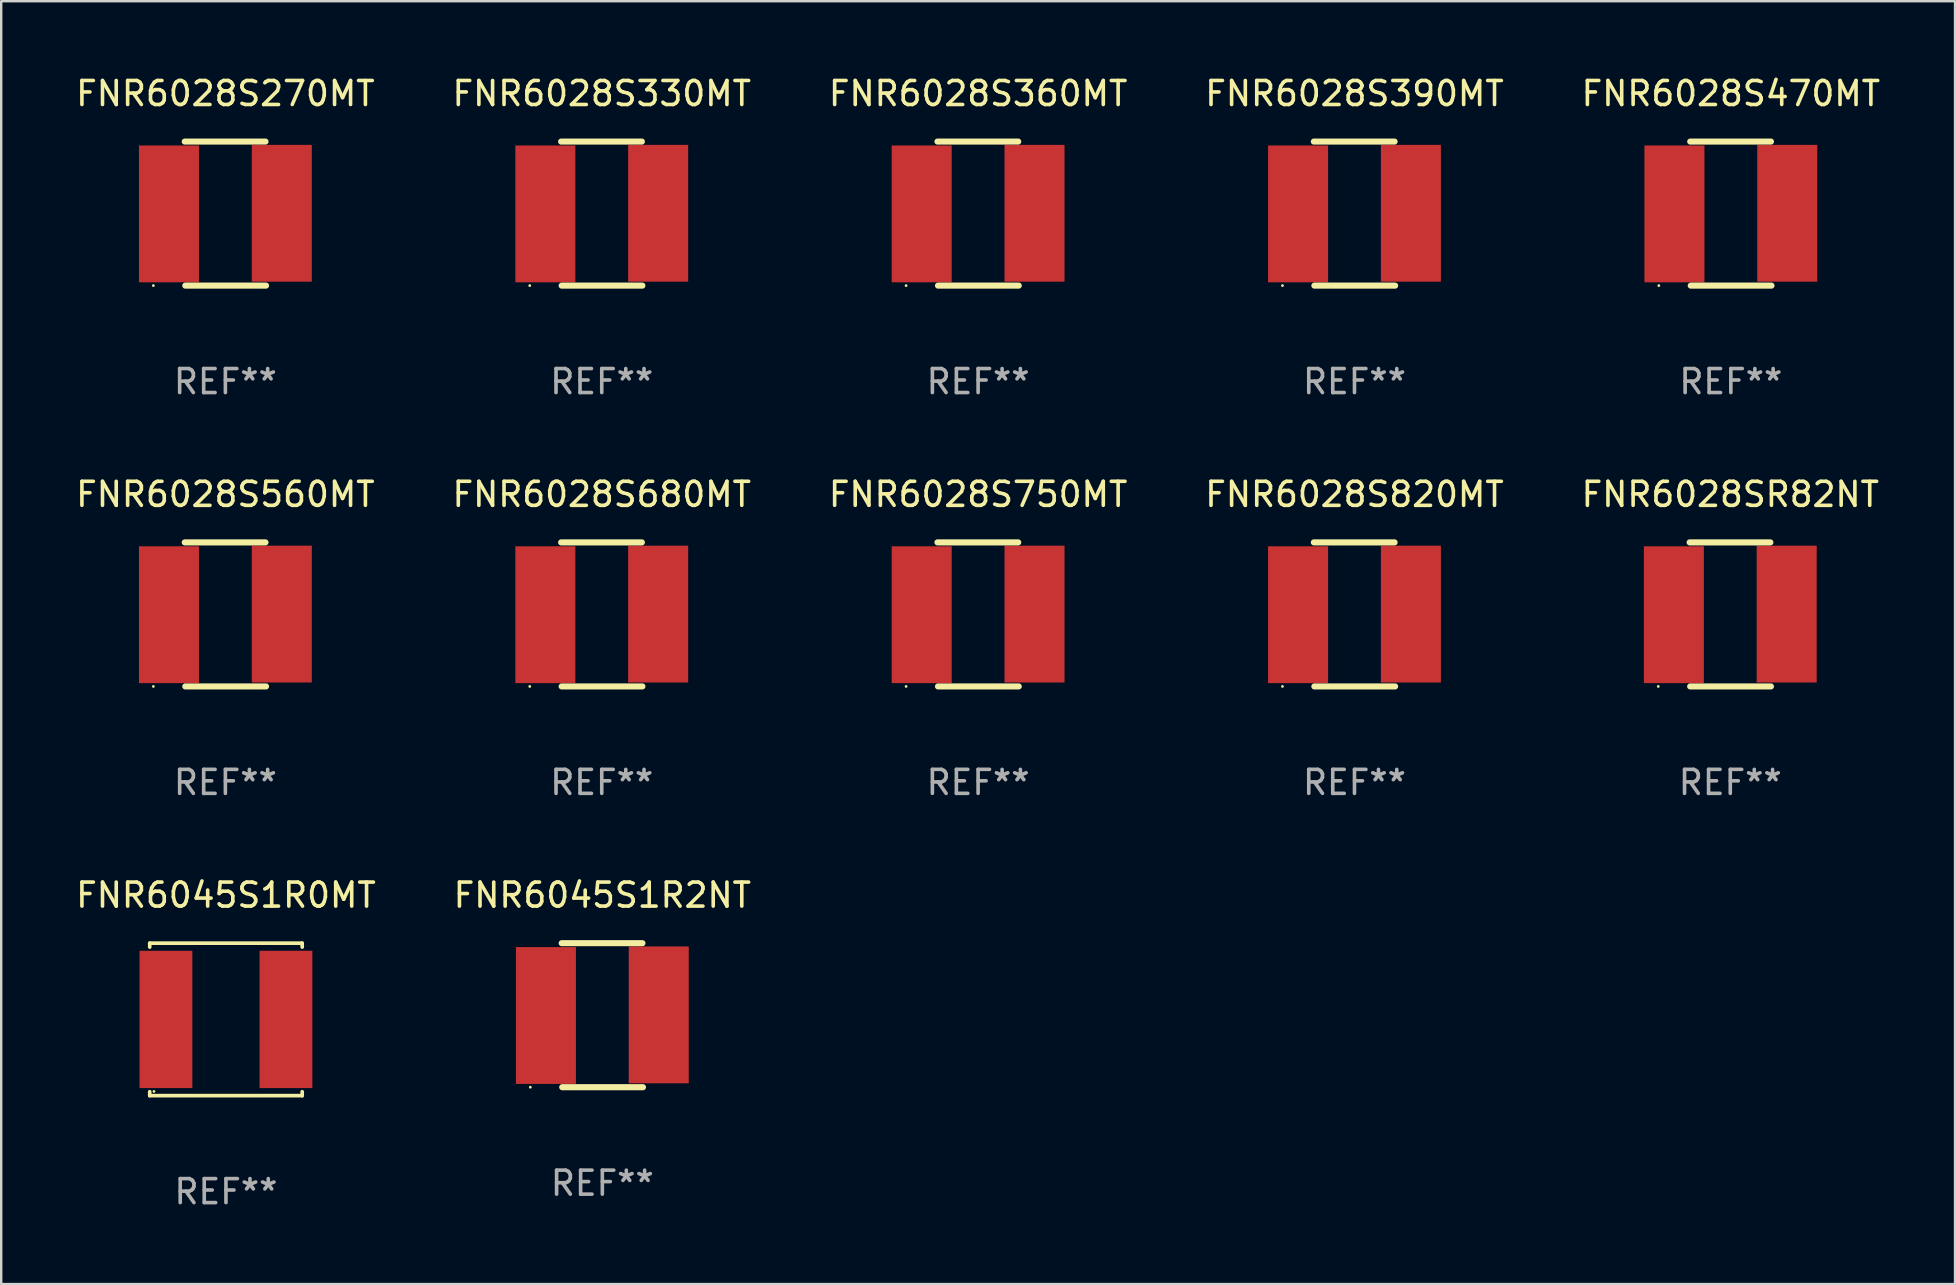
<source format=kicad_pcb>
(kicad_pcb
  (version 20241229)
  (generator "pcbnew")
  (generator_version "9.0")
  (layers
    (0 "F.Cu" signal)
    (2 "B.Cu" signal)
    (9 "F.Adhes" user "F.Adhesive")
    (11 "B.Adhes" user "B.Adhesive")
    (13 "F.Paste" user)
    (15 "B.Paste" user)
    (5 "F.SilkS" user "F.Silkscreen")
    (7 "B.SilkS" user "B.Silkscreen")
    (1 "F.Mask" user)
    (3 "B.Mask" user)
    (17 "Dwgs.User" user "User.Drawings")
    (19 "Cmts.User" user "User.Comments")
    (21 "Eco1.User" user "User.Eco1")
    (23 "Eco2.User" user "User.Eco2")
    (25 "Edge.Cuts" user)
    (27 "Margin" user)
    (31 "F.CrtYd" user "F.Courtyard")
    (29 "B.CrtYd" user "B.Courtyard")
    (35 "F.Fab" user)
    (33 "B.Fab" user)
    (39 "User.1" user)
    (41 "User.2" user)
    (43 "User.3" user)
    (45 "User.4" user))
  (footprint "FNR6028S820MT"
    (layer "F.Cu")
    (at 53.375 22.545)
    (property "Reference" "FNR6028S820MT" (at 0 -5 0) (layer "F.SilkS") (effects (font (size 1 1) (thickness 0.15))))
    (attr through_hole)
    (fp_line (start -1.693 -3) (end 1.671 -3) (stroke (width 0.254) (type solid)) (layer "F.SilkS"))
    (fp_line (start -1.671 3) (end 1.693 3) (stroke (width 0.254) (type solid)) (layer "F.SilkS"))
    (fp_circle (center -3 3) (end -2.97 3) (stroke (width 0.06) (type solid)) (fill no) (layer "F.SilkS"))
    (fp_text user "REF**" (at 0 7 0) (layer "F.Fab") (effects (font (size 1 1) (thickness 0.15))))
    (pad "1" smd rect (at -2.35 0.013) (size 2.5 5.7) (layers "F.Cu" "F.Mask" "F.Paste"))
    (pad "2" smd rect (at 2.35 -0.013) (size 2.5 5.7) (layers "F.Cu" "F.Mask" "F.Paste")))
  (footprint "FNR6028S270MT"
    (layer "F.Cu")
    (at 6.339 5.848)
    (property "Reference" "FNR6028S270MT" (at 0 -5 0) (layer "F.SilkS") (effects (font (size 1 1) (thickness 0.15))))
    (attr through_hole)
    (fp_line (start -1.693 -3) (end 1.671 -3) (stroke (width 0.254) (type solid)) (layer "F.SilkS"))
    (fp_line (start -1.671 3) (end 1.693 3) (stroke (width 0.254) (type solid)) (layer "F.SilkS"))
    (fp_circle (center -3 3) (end -2.97 3) (stroke (width 0.06) (type solid)) (fill no) (layer "F.SilkS"))
    (fp_text user "REF**" (at 0 7 0) (layer "F.Fab") (effects (font (size 1 1) (thickness 0.15))))
    (pad "1" smd rect (at -2.35 0.013) (size 2.5 5.7) (layers "F.Cu" "F.Mask" "F.Paste"))
    (pad "2" smd rect (at 2.35 -0.013) (size 2.5 5.7) (layers "F.Cu" "F.Mask" "F.Paste")))
  (footprint "FNR6028S750MT"
    (layer "F.Cu")
    (at 37.696 22.545)
    (property "Reference" "FNR6028S750MT" (at 0 -5 0) (layer "F.SilkS") (effects (font (size 1 1) (thickness 0.15))))
    (attr through_hole)
    (fp_line (start -1.693 -3) (end 1.671 -3) (stroke (width 0.254) (type solid)) (layer "F.SilkS"))
    (fp_line (start -1.671 3) (end 1.693 3) (stroke (width 0.254) (type solid)) (layer "F.SilkS"))
    (fp_circle (center -3 3) (end -2.97 3) (stroke (width 0.06) (type solid)) (fill no) (layer "F.SilkS"))
    (fp_text user "REF**" (at 0 7 0) (layer "F.Fab") (effects (font (size 1 1) (thickness 0.15))))
    (pad "1" smd rect (at -2.35 0.013) (size 2.5 5.7) (layers "F.Cu" "F.Mask" "F.Paste"))
    (pad "2" smd rect (at 2.35 -0.013) (size 2.5 5.7) (layers "F.Cu" "F.Mask" "F.Paste")))
  (footprint "FNR6028S680MT"
    (layer "F.Cu")
    (at 22.018 22.545)
    (property "Reference" "FNR6028S680MT" (at 0 -5 0) (layer "F.SilkS") (effects (font (size 1 1) (thickness 0.15))))
    (attr through_hole)
    (fp_line (start -1.693 -3) (end 1.671 -3) (stroke (width 0.254) (type solid)) (layer "F.SilkS"))
    (fp_line (start -1.671 3) (end 1.693 3) (stroke (width 0.254) (type solid)) (layer "F.SilkS"))
    (fp_circle (center -3 3) (end -2.97 3) (stroke (width 0.06) (type solid)) (fill no) (layer "F.SilkS"))
    (fp_text user "REF**" (at 0 7 0) (layer "F.Fab") (effects (font (size 1 1) (thickness 0.15))))
    (pad "1" smd rect (at -2.35 0.013) (size 2.5 5.7) (layers "F.Cu" "F.Mask" "F.Paste"))
    (pad "2" smd rect (at 2.35 -0.013) (size 2.5 5.7) (layers "F.Cu" "F.Mask" "F.Paste")))
  (footprint "FNR6028S330MT"
    (layer "F.Cu")
    (at 22.018 5.848)
    (property "Reference" "FNR6028S330MT" (at 0 -5 0) (layer "F.SilkS") (effects (font (size 1 1) (thickness 0.15))))
    (attr through_hole)
    (fp_line (start -1.693 -3) (end 1.671 -3) (stroke (width 0.254) (type solid)) (layer "F.SilkS"))
    (fp_line (start -1.671 3) (end 1.693 3) (stroke (width 0.254) (type solid)) (layer "F.SilkS"))
    (fp_circle (center -3 3) (end -2.97 3) (stroke (width 0.06) (type solid)) (fill no) (layer "F.SilkS"))
    (fp_text user "REF**" (at 0 7 0) (layer "F.Fab") (effects (font (size 1 1) (thickness 0.15))))
    (pad "1" smd rect (at -2.35 0.013) (size 2.5 5.7) (layers "F.Cu" "F.Mask" "F.Paste"))
    (pad "2" smd rect (at 2.35 -0.013) (size 2.5 5.7) (layers "F.Cu" "F.Mask" "F.Paste")))
  (footprint "FNR6028S560MT"
    (layer "F.Cu")
    (at 6.339 22.545)
    (property "Reference" "FNR6028S560MT" (at 0 -5 0) (layer "F.SilkS") (effects (font (size 1 1) (thickness 0.15))))
    (attr through_hole)
    (fp_line (start -1.693 -3) (end 1.671 -3) (stroke (width 0.254) (type solid)) (layer "F.SilkS"))
    (fp_line (start -1.671 3) (end 1.693 3) (stroke (width 0.254) (type solid)) (layer "F.SilkS"))
    (fp_circle (center -3 3) (end -2.97 3) (stroke (width 0.06) (type solid)) (fill no) (layer "F.SilkS"))
    (fp_text user "REF**" (at 0 7 0) (layer "F.Fab") (effects (font (size 1 1) (thickness 0.15))))
    (pad "1" smd rect (at -2.35 0.013) (size 2.5 5.7) (layers "F.Cu" "F.Mask" "F.Paste"))
    (pad "2" smd rect (at 2.35 -0.013) (size 2.5 5.7) (layers "F.Cu" "F.Mask" "F.Paste")))
  (footprint "FNR6045S1R2NT"
    (layer "F.Cu")
    (at 22.042 39.241)
    (property "Reference" "FNR6045S1R2NT" (at 0 -5 0) (layer "F.SilkS") (effects (font (size 1 1) (thickness 0.15))))
    (attr through_hole)
    (fp_line (start -1.693 -3) (end 1.671 -3) (stroke (width 0.254) (type solid)) (layer "F.SilkS"))
    (fp_line (start -1.671 3) (end 1.693 3) (stroke (width 0.254) (type solid)) (layer "F.SilkS"))
    (fp_circle (center -3 3) (end -2.97 3) (stroke (width 0.06) (type solid)) (fill no) (layer "F.SilkS"))
    (fp_text user "REF**" (at 0 7 0) (layer "F.Fab") (effects (font (size 1 1) (thickness 0.15))))
    (pad "1" smd rect (at -2.35 0.013) (size 2.5 5.7) (layers "F.Cu" "F.Mask" "F.Paste"))
    (pad "2" smd rect (at 2.35 -0.013) (size 2.5 5.7) (layers "F.Cu" "F.Mask" "F.Paste")))
  (footprint "FNR6028S360MT"
    (layer "F.Cu")
    (at 37.696 5.848)
    (property "Reference" "FNR6028S360MT" (at 0 -5 0) (layer "F.SilkS") (effects (font (size 1 1) (thickness 0.15))))
    (attr through_hole)
    (fp_line (start -1.693 -3) (end 1.671 -3) (stroke (width 0.254) (type solid)) (layer "F.SilkS"))
    (fp_line (start -1.671 3) (end 1.693 3) (stroke (width 0.254) (type solid)) (layer "F.SilkS"))
    (fp_circle (center -3 3) (end -2.97 3) (stroke (width 0.06) (type solid)) (fill no) (layer "F.SilkS"))
    (fp_text user "REF**" (at 0 7 0) (layer "F.Fab") (effects (font (size 1 1) (thickness 0.15))))
    (pad "1" smd rect (at -2.35 0.013) (size 2.5 5.7) (layers "F.Cu" "F.Mask" "F.Paste"))
    (pad "2" smd rect (at 2.35 -0.013) (size 2.5 5.7) (layers "F.Cu" "F.Mask" "F.Paste")))
  (footprint "FNR6028S390MT"
    (layer "F.Cu")
    (at 53.375 5.848)
    (property "Reference" "FNR6028S390MT" (at 0 -5 0) (layer "F.SilkS") (effects (font (size 1 1) (thickness 0.15))))
    (attr through_hole)
    (fp_line (start -1.693 -3) (end 1.671 -3) (stroke (width 0.254) (type solid)) (layer "F.SilkS"))
    (fp_line (start -1.671 3) (end 1.693 3) (stroke (width 0.254) (type solid)) (layer "F.SilkS"))
    (fp_circle (center -3 3) (end -2.97 3) (stroke (width 0.06) (type solid)) (fill no) (layer "F.SilkS"))
    (fp_text user "REF**" (at 0 7 0) (layer "F.Fab") (effects (font (size 1 1) (thickness 0.15))))
    (pad "1" smd rect (at -2.35 0.013) (size 2.5 5.7) (layers "F.Cu" "F.Mask" "F.Paste"))
    (pad "2" smd rect (at 2.35 -0.013) (size 2.5 5.7) (layers "F.Cu" "F.Mask" "F.Paste")))
  (footprint "FNR6028SR82NT"
    (layer "F.Cu")
    (at 69.03 22.545)
    (property "Reference" "FNR6028SR82NT" (at 0 -5 0) (layer "F.SilkS") (effects (font (size 1 1) (thickness 0.15))))
    (attr through_hole)
    (fp_line (start -1.693 -3) (end 1.671 -3) (stroke (width 0.254) (type solid)) (layer "F.SilkS"))
    (fp_line (start -1.671 3) (end 1.693 3) (stroke (width 0.254) (type solid)) (layer "F.SilkS"))
    (fp_circle (center -3 3) (end -2.97 3) (stroke (width 0.06) (type solid)) (fill no) (layer "F.SilkS"))
    (fp_text user "REF**" (at 0 7 0) (layer "F.Fab") (effects (font (size 1 1) (thickness 0.15))))
    (pad "1" smd rect (at -2.35 0.013) (size 2.5 5.7) (layers "F.Cu" "F.Mask" "F.Paste"))
    (pad "2" smd rect (at 2.35 -0.013) (size 2.5 5.7) (layers "F.Cu" "F.Mask" "F.Paste")))
  (footprint "FNR6028S470MT"
    (layer "F.Cu")
    (at 69.054 5.848)
    (property "Reference" "FNR6028S470MT" (at 0 -5 0) (layer "F.SilkS") (effects (font (size 1 1) (thickness 0.15))))
    (attr through_hole)
    (fp_line (start -1.693 -3) (end 1.671 -3) (stroke (width 0.254) (type solid)) (layer "F.SilkS"))
    (fp_line (start -1.671 3) (end 1.693 3) (stroke (width 0.254) (type solid)) (layer "F.SilkS"))
    (fp_circle (center -3 3) (end -2.97 3) (stroke (width 0.06) (type solid)) (fill no) (layer "F.SilkS"))
    (fp_text user "REF**" (at 0 7 0) (layer "F.Fab") (effects (font (size 1 1) (thickness 0.15))))
    (pad "1" smd rect (at -2.35 0.013) (size 2.5 5.7) (layers "F.Cu" "F.Mask" "F.Paste"))
    (pad "2" smd rect (at 2.35 -0.013) (size 2.5 5.7) (layers "F.Cu" "F.Mask" "F.Paste")))
  (footprint "FNR6045S1R0MT"
    (layer "F.Cu")
    (at 6.363 39.417)
    (property "Reference" "FNR6045S1R0MT" (at 0 -5.176 0) (layer "F.SilkS") (effects (font (size 1 1) (thickness 0.15))))
    (attr through_hole)
    (fp_line (start -3.176 -3.176) (end 3.176 -3.176) (stroke (width 0.152) (type solid)) (layer "F.SilkS"))
    (fp_line (start -3.176 -3.012) (end -3.176 -3.176) (stroke (width 0.152) (type solid)) (layer "F.SilkS"))
    (fp_line (start -3.176 3.012) (end -3.176 3.176) (stroke (width 0.152) (type solid)) (layer "F.SilkS"))
    (fp_line (start -3.176 3.176) (end 3.176 3.176) (stroke (width 0.152) (type solid)) (layer "F.SilkS"))
    (fp_line (start 3.176 -3.176) (end 3.176 -3.012) (stroke (width 0.152) (type solid)) (layer "F.SilkS"))
    (fp_line (start 3.176 3.176) (end 3.176 3.012) (stroke (width 0.152) (type solid)) (layer "F.SilkS"))
    (fp_circle (center -3 3) (end -2.97 3) (stroke (width 0.06) (type solid)) (fill no) (layer "F.SilkS"))
    (fp_text user "REF**" (at 0 7.176 0) (layer "F.Fab") (effects (font (size 1 1) (thickness 0.15))))
    (pad "1" smd rect (at -2.5 0) (size 2.2 5.72) (layers "F.Cu" "F.Mask" "F.Paste"))
    (pad "2" smd rect (at 2.5 0) (size 2.2 5.72) (layers "F.Cu" "F.Mask" "F.Paste")))
  (gr_rect
    (start -3 -3)
    (end 78.393 50.442)
    (stroke (width 0.1) (type default))
    (fill no)
    (layer "Edge.Cuts")))
</source>
